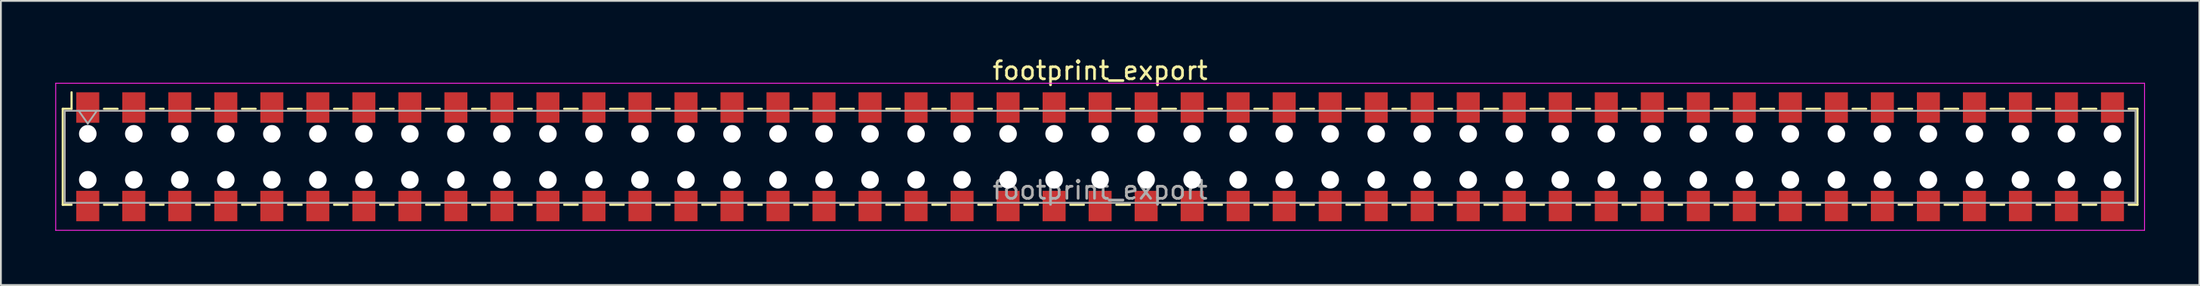
<source format=kicad_pcb>
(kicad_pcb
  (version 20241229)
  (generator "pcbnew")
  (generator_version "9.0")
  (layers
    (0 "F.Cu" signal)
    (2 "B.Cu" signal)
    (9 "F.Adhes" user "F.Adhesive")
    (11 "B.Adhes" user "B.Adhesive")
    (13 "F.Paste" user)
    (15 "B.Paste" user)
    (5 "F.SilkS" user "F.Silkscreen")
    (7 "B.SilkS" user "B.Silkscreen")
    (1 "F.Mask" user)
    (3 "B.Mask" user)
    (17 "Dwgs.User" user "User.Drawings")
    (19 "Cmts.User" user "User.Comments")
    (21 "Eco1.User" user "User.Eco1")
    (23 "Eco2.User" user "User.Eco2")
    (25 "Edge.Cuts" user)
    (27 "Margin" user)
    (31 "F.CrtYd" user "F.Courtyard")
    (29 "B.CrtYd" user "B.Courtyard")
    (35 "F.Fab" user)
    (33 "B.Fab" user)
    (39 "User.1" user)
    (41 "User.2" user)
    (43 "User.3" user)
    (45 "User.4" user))
  (footprint "footprint_export"
    (layer "F.Cu")
    (at 57.675 5.608)
    (property "Reference" "footprint_export" (at 0 -4.76 0) (layer "F.SilkS") (effects (font (size 1 1) (thickness 0.15))))
    (attr smd)
    (fp_line (start -57.26 -2.65) (end -57.26 2.65) (stroke (width 0.12) (type solid)) (layer "F.SilkS"))
    (fp_line (start -57.26 2.65) (end -56.775 2.65) (stroke (width 0.12) (type solid)) (layer "F.SilkS"))
    (fp_line (start -56.775 -3.56) (end -56.775 -2.65) (stroke (width 0.12) (type solid)) (layer "F.SilkS"))
    (fp_line (start -56.775 -2.65) (end -57.26 -2.65) (stroke (width 0.12) (type solid)) (layer "F.SilkS"))
    (fp_line (start -54.985 -2.65) (end -54.235 -2.65) (stroke (width 0.12) (type solid)) (layer "F.SilkS"))
    (fp_line (start -54.985 2.65) (end -54.235 2.65) (stroke (width 0.12) (type solid)) (layer "F.SilkS"))
    (fp_line (start -52.445 -2.65) (end -51.695 -2.65) (stroke (width 0.12) (type solid)) (layer "F.SilkS"))
    (fp_line (start -52.445 2.65) (end -51.695 2.65) (stroke (width 0.12) (type solid)) (layer "F.SilkS"))
    (fp_line (start -49.905 -2.65) (end -49.155 -2.65) (stroke (width 0.12) (type solid)) (layer "F.SilkS"))
    (fp_line (start -49.905 2.65) (end -49.155 2.65) (stroke (width 0.12) (type solid)) (layer "F.SilkS"))
    (fp_line (start -47.365 -2.65) (end -46.615 -2.65) (stroke (width 0.12) (type solid)) (layer "F.SilkS"))
    (fp_line (start -47.365 2.65) (end -46.615 2.65) (stroke (width 0.12) (type solid)) (layer "F.SilkS"))
    (fp_line (start -44.825 -2.65) (end -44.075 -2.65) (stroke (width 0.12) (type solid)) (layer "F.SilkS"))
    (fp_line (start -44.825 2.65) (end -44.075 2.65) (stroke (width 0.12) (type solid)) (layer "F.SilkS"))
    (fp_line (start -42.285 -2.65) (end -41.535 -2.65) (stroke (width 0.12) (type solid)) (layer "F.SilkS"))
    (fp_line (start -42.285 2.65) (end -41.535 2.65) (stroke (width 0.12) (type solid)) (layer "F.SilkS"))
    (fp_line (start -39.745 -2.65) (end -38.995 -2.65) (stroke (width 0.12) (type solid)) (layer "F.SilkS"))
    (fp_line (start -39.745 2.65) (end -38.995 2.65) (stroke (width 0.12) (type solid)) (layer "F.SilkS"))
    (fp_line (start -37.205 -2.65) (end -36.455 -2.65) (stroke (width 0.12) (type solid)) (layer "F.SilkS"))
    (fp_line (start -37.205 2.65) (end -36.455 2.65) (stroke (width 0.12) (type solid)) (layer "F.SilkS"))
    (fp_line (start -34.665 -2.65) (end -33.915 -2.65) (stroke (width 0.12) (type solid)) (layer "F.SilkS"))
    (fp_line (start -34.665 2.65) (end -33.915 2.65) (stroke (width 0.12) (type solid)) (layer "F.SilkS"))
    (fp_line (start -32.125 -2.65) (end -31.375 -2.65) (stroke (width 0.12) (type solid)) (layer "F.SilkS"))
    (fp_line (start -32.125 2.65) (end -31.375 2.65) (stroke (width 0.12) (type solid)) (layer "F.SilkS"))
    (fp_line (start -29.585 -2.65) (end -28.835 -2.65) (stroke (width 0.12) (type solid)) (layer "F.SilkS"))
    (fp_line (start -29.585 2.65) (end -28.835 2.65) (stroke (width 0.12) (type solid)) (layer "F.SilkS"))
    (fp_line (start -27.045 -2.65) (end -26.295 -2.65) (stroke (width 0.12) (type solid)) (layer "F.SilkS"))
    (fp_line (start -27.045 2.65) (end -26.295 2.65) (stroke (width 0.12) (type solid)) (layer "F.SilkS"))
    (fp_line (start -24.505 -2.65) (end -23.755 -2.65) (stroke (width 0.12) (type solid)) (layer "F.SilkS"))
    (fp_line (start -24.505 2.65) (end -23.755 2.65) (stroke (width 0.12) (type solid)) (layer "F.SilkS"))
    (fp_line (start -21.965 -2.65) (end -21.215 -2.65) (stroke (width 0.12) (type solid)) (layer "F.SilkS"))
    (fp_line (start -21.965 2.65) (end -21.215 2.65) (stroke (width 0.12) (type solid)) (layer "F.SilkS"))
    (fp_line (start -19.425 -2.65) (end -18.675 -2.65) (stroke (width 0.12) (type solid)) (layer "F.SilkS"))
    (fp_line (start -19.425 2.65) (end -18.675 2.65) (stroke (width 0.12) (type solid)) (layer "F.SilkS"))
    (fp_line (start -16.885 -2.65) (end -16.135 -2.65) (stroke (width 0.12) (type solid)) (layer "F.SilkS"))
    (fp_line (start -16.885 2.65) (end -16.135 2.65) (stroke (width 0.12) (type solid)) (layer "F.SilkS"))
    (fp_line (start -14.345 -2.65) (end -13.595 -2.65) (stroke (width 0.12) (type solid)) (layer "F.SilkS"))
    (fp_line (start -14.345 2.65) (end -13.595 2.65) (stroke (width 0.12) (type solid)) (layer "F.SilkS"))
    (fp_line (start -11.805 -2.65) (end -11.055 -2.65) (stroke (width 0.12) (type solid)) (layer "F.SilkS"))
    (fp_line (start -11.805 2.65) (end -11.055 2.65) (stroke (width 0.12) (type solid)) (layer "F.SilkS"))
    (fp_line (start -9.265 -2.65) (end -8.515 -2.65) (stroke (width 0.12) (type solid)) (layer "F.SilkS"))
    (fp_line (start -9.265 2.65) (end -8.515 2.65) (stroke (width 0.12) (type solid)) (layer "F.SilkS"))
    (fp_line (start -6.725 -2.65) (end -5.975 -2.65) (stroke (width 0.12) (type solid)) (layer "F.SilkS"))
    (fp_line (start -6.725 2.65) (end -5.975 2.65) (stroke (width 0.12) (type solid)) (layer "F.SilkS"))
    (fp_line (start -4.185 -2.65) (end -3.435 -2.65) (stroke (width 0.12) (type solid)) (layer "F.SilkS"))
    (fp_line (start -4.185 2.65) (end -3.435 2.65) (stroke (width 0.12) (type solid)) (layer "F.SilkS"))
    (fp_line (start -1.645 -2.65) (end -0.895 -2.65) (stroke (width 0.12) (type solid)) (layer "F.SilkS"))
    (fp_line (start -1.645 2.65) (end -0.895 2.65) (stroke (width 0.12) (type solid)) (layer "F.SilkS"))
    (fp_line (start 0.895 -2.65) (end 1.645 -2.65) (stroke (width 0.12) (type solid)) (layer "F.SilkS"))
    (fp_line (start 0.895 2.65) (end 1.645 2.65) (stroke (width 0.12) (type solid)) (layer "F.SilkS"))
    (fp_line (start 3.435 -2.65) (end 4.185 -2.65) (stroke (width 0.12) (type solid)) (layer "F.SilkS"))
    (fp_line (start 3.435 2.65) (end 4.185 2.65) (stroke (width 0.12) (type solid)) (layer "F.SilkS"))
    (fp_line (start 5.975 -2.65) (end 6.725 -2.65) (stroke (width 0.12) (type solid)) (layer "F.SilkS"))
    (fp_line (start 5.975 2.65) (end 6.725 2.65) (stroke (width 0.12) (type solid)) (layer "F.SilkS"))
    (fp_line (start 8.515 -2.65) (end 9.265 -2.65) (stroke (width 0.12) (type solid)) (layer "F.SilkS"))
    (fp_line (start 8.515 2.65) (end 9.265 2.65) (stroke (width 0.12) (type solid)) (layer "F.SilkS"))
    (fp_line (start 11.055 -2.65) (end 11.805 -2.65) (stroke (width 0.12) (type solid)) (layer "F.SilkS"))
    (fp_line (start 11.055 2.65) (end 11.805 2.65) (stroke (width 0.12) (type solid)) (layer "F.SilkS"))
    (fp_line (start 13.595 -2.65) (end 14.345 -2.65) (stroke (width 0.12) (type solid)) (layer "F.SilkS"))
    (fp_line (start 13.595 2.65) (end 14.345 2.65) (stroke (width 0.12) (type solid)) (layer "F.SilkS"))
    (fp_line (start 16.135 -2.65) (end 16.885 -2.65) (stroke (width 0.12) (type solid)) (layer "F.SilkS"))
    (fp_line (start 16.135 2.65) (end 16.885 2.65) (stroke (width 0.12) (type solid)) (layer "F.SilkS"))
    (fp_line (start 18.675 -2.65) (end 19.425 -2.65) (stroke (width 0.12) (type solid)) (layer "F.SilkS"))
    (fp_line (start 18.675 2.65) (end 19.425 2.65) (stroke (width 0.12) (type solid)) (layer "F.SilkS"))
    (fp_line (start 21.215 -2.65) (end 21.965 -2.65) (stroke (width 0.12) (type solid)) (layer "F.SilkS"))
    (fp_line (start 21.215 2.65) (end 21.965 2.65) (stroke (width 0.12) (type solid)) (layer "F.SilkS"))
    (fp_line (start 23.755 -2.65) (end 24.505 -2.65) (stroke (width 0.12) (type solid)) (layer "F.SilkS"))
    (fp_line (start 23.755 2.65) (end 24.505 2.65) (stroke (width 0.12) (type solid)) (layer "F.SilkS"))
    (fp_line (start 26.295 -2.65) (end 27.045 -2.65) (stroke (width 0.12) (type solid)) (layer "F.SilkS"))
    (fp_line (start 26.295 2.65) (end 27.045 2.65) (stroke (width 0.12) (type solid)) (layer "F.SilkS"))
    (fp_line (start 28.835 -2.65) (end 29.585 -2.65) (stroke (width 0.12) (type solid)) (layer "F.SilkS"))
    (fp_line (start 28.835 2.65) (end 29.585 2.65) (stroke (width 0.12) (type solid)) (layer "F.SilkS"))
    (fp_line (start 31.375 -2.65) (end 32.125 -2.65) (stroke (width 0.12) (type solid)) (layer "F.SilkS"))
    (fp_line (start 31.375 2.65) (end 32.125 2.65) (stroke (width 0.12) (type solid)) (layer "F.SilkS"))
    (fp_line (start 33.915 -2.65) (end 34.665 -2.65) (stroke (width 0.12) (type solid)) (layer "F.SilkS"))
    (fp_line (start 33.915 2.65) (end 34.665 2.65) (stroke (width 0.12) (type solid)) (layer "F.SilkS"))
    (fp_line (start 36.455 -2.65) (end 37.205 -2.65) (stroke (width 0.12) (type solid)) (layer "F.SilkS"))
    (fp_line (start 36.455 2.65) (end 37.205 2.65) (stroke (width 0.12) (type solid)) (layer "F.SilkS"))
    (fp_line (start 38.995 -2.65) (end 39.745 -2.65) (stroke (width 0.12) (type solid)) (layer "F.SilkS"))
    (fp_line (start 38.995 2.65) (end 39.745 2.65) (stroke (width 0.12) (type solid)) (layer "F.SilkS"))
    (fp_line (start 41.535 -2.65) (end 42.285 -2.65) (stroke (width 0.12) (type solid)) (layer "F.SilkS"))
    (fp_line (start 41.535 2.65) (end 42.285 2.65) (stroke (width 0.12) (type solid)) (layer "F.SilkS"))
    (fp_line (start 44.075 -2.65) (end 44.825 -2.65) (stroke (width 0.12) (type solid)) (layer "F.SilkS"))
    (fp_line (start 44.075 2.65) (end 44.825 2.65) (stroke (width 0.12) (type solid)) (layer "F.SilkS"))
    (fp_line (start 46.615 -2.65) (end 47.365 -2.65) (stroke (width 0.12) (type solid)) (layer "F.SilkS"))
    (fp_line (start 46.615 2.65) (end 47.365 2.65) (stroke (width 0.12) (type solid)) (layer "F.SilkS"))
    (fp_line (start 49.155 -2.65) (end 49.905 -2.65) (stroke (width 0.12) (type solid)) (layer "F.SilkS"))
    (fp_line (start 49.155 2.65) (end 49.905 2.65) (stroke (width 0.12) (type solid)) (layer "F.SilkS"))
    (fp_line (start 51.695 -2.65) (end 52.445 -2.65) (stroke (width 0.12) (type solid)) (layer "F.SilkS"))
    (fp_line (start 51.695 2.65) (end 52.445 2.65) (stroke (width 0.12) (type solid)) (layer "F.SilkS"))
    (fp_line (start 54.235 -2.65) (end 54.985 -2.65) (stroke (width 0.12) (type solid)) (layer "F.SilkS"))
    (fp_line (start 54.235 2.65) (end 54.985 2.65) (stroke (width 0.12) (type solid)) (layer "F.SilkS"))
    (fp_line (start 56.775 -2.65) (end 57.26 -2.65) (stroke (width 0.12) (type solid)) (layer "F.SilkS"))
    (fp_line (start 57.26 -2.65) (end 57.26 2.65) (stroke (width 0.12) (type solid)) (layer "F.SilkS"))
    (fp_line (start 57.26 2.65) (end 56.775 2.65) (stroke (width 0.12) (type solid)) (layer "F.SilkS"))
    (fp_line (start -57.65 -4.06) (end 57.65 -4.06) (stroke (width 0.05) (type solid)) (layer "F.CrtYd"))
    (fp_line (start -57.65 4.06) (end -57.65 -4.06) (stroke (width 0.05) (type solid)) (layer "F.CrtYd"))
    (fp_line (start 57.65 -4.06) (end 57.65 4.06) (stroke (width 0.05) (type solid)) (layer "F.CrtYd"))
    (fp_line (start 57.65 4.06) (end -57.65 4.06) (stroke (width 0.05) (type solid)) (layer "F.CrtYd"))
    (fp_line (start -57.15 -2.54) (end 57.15 -2.54) (stroke (width 0.1) (type solid)) (layer "F.Fab"))
    (fp_line (start -57.15 2.54) (end -57.15 -2.54) (stroke (width 0.1) (type solid)) (layer "F.Fab"))
    (fp_line (start -56.38 -2.54) (end -55.88 -1.833) (stroke (width 0.1) (type solid)) (layer "F.Fab"))
    (fp_line (start -55.88 -1.833) (end -55.38 -2.54) (stroke (width 0.1) (type solid)) (layer "F.Fab"))
    (fp_line (start 57.15 -2.54) (end 57.15 2.54) (stroke (width 0.1) (type solid)) (layer "F.Fab"))
    (fp_line (start 57.15 2.54) (end -57.15 2.54) (stroke (width 0.1) (type solid)) (layer "F.Fab"))
    (fp_text user "${REFERENCE}" (at 0 1.84 0) (layer "F.Fab") (effects (font (size 1 1) (thickness 0.15))))
    (pad "" np_thru_hole circle (at -55.88 -1.27) (size 0.97 0.97) (drill 0.97) (layers "*.Cu" "*.Mask"))
    (pad "" np_thru_hole circle (at -55.88 1.27) (size 0.97 0.97) (drill 0.97) (layers "*.Cu" "*.Mask"))
    (pad "" np_thru_hole circle (at -53.34 -1.27) (size 0.97 0.97) (drill 0.97) (layers "*.Cu" "*.Mask"))
    (pad "" np_thru_hole circle (at -53.34 1.27) (size 0.97 0.97) (drill 0.97) (layers "*.Cu" "*.Mask"))
    (pad "" np_thru_hole circle (at -50.8 -1.27) (size 0.97 0.97) (drill 0.97) (layers "*.Cu" "*.Mask"))
    (pad "" np_thru_hole circle (at -50.8 1.27) (size 0.97 0.97) (drill 0.97) (layers "*.Cu" "*.Mask"))
    (pad "" np_thru_hole circle (at -48.26 -1.27) (size 0.97 0.97) (drill 0.97) (layers "*.Cu" "*.Mask"))
    (pad "" np_thru_hole circle (at -48.26 1.27) (size 0.97 0.97) (drill 0.97) (layers "*.Cu" "*.Mask"))
    (pad "" np_thru_hole circle (at -45.72 -1.27) (size 0.97 0.97) (drill 0.97) (layers "*.Cu" "*.Mask"))
    (pad "" np_thru_hole circle (at -45.72 1.27) (size 0.97 0.97) (drill 0.97) (layers "*.Cu" "*.Mask"))
    (pad "" np_thru_hole circle (at -43.18 -1.27) (size 0.97 0.97) (drill 0.97) (layers "*.Cu" "*.Mask"))
    (pad "" np_thru_hole circle (at -43.18 1.27) (size 0.97 0.97) (drill 0.97) (layers "*.Cu" "*.Mask"))
    (pad "" np_thru_hole circle (at -40.64 -1.27) (size 0.97 0.97) (drill 0.97) (layers "*.Cu" "*.Mask"))
    (pad "" np_thru_hole circle (at -40.64 1.27) (size 0.97 0.97) (drill 0.97) (layers "*.Cu" "*.Mask"))
    (pad "" np_thru_hole circle (at -38.1 -1.27) (size 0.97 0.97) (drill 0.97) (layers "*.Cu" "*.Mask"))
    (pad "" np_thru_hole circle (at -38.1 1.27) (size 0.97 0.97) (drill 0.97) (layers "*.Cu" "*.Mask"))
    (pad "" np_thru_hole circle (at -35.56 -1.27) (size 0.97 0.97) (drill 0.97) (layers "*.Cu" "*.Mask"))
    (pad "" np_thru_hole circle (at -35.56 1.27) (size 0.97 0.97) (drill 0.97) (layers "*.Cu" "*.Mask"))
    (pad "" np_thru_hole circle (at -33.02 -1.27) (size 0.97 0.97) (drill 0.97) (layers "*.Cu" "*.Mask"))
    (pad "" np_thru_hole circle (at -33.02 1.27) (size 0.97 0.97) (drill 0.97) (layers "*.Cu" "*.Mask"))
    (pad "" np_thru_hole circle (at -30.48 -1.27) (size 0.97 0.97) (drill 0.97) (layers "*.Cu" "*.Mask"))
    (pad "" np_thru_hole circle (at -30.48 1.27) (size 0.97 0.97) (drill 0.97) (layers "*.Cu" "*.Mask"))
    (pad "" np_thru_hole circle (at -27.94 -1.27) (size 0.97 0.97) (drill 0.97) (layers "*.Cu" "*.Mask"))
    (pad "" np_thru_hole circle (at -27.94 1.27) (size 0.97 0.97) (drill 0.97) (layers "*.Cu" "*.Mask"))
    (pad "" np_thru_hole circle (at -25.4 -1.27) (size 0.97 0.97) (drill 0.97) (layers "*.Cu" "*.Mask"))
    (pad "" np_thru_hole circle (at -25.4 1.27) (size 0.97 0.97) (drill 0.97) (layers "*.Cu" "*.Mask"))
    (pad "" np_thru_hole circle (at -22.86 -1.27) (size 0.97 0.97) (drill 0.97) (layers "*.Cu" "*.Mask"))
    (pad "" np_thru_hole circle (at -22.86 1.27) (size 0.97 0.97) (drill 0.97) (layers "*.Cu" "*.Mask"))
    (pad "" np_thru_hole circle (at -20.32 -1.27) (size 0.97 0.97) (drill 0.97) (layers "*.Cu" "*.Mask"))
    (pad "" np_thru_hole circle (at -20.32 1.27) (size 0.97 0.97) (drill 0.97) (layers "*.Cu" "*.Mask"))
    (pad "" np_thru_hole circle (at -17.78 -1.27) (size 0.97 0.97) (drill 0.97) (layers "*.Cu" "*.Mask"))
    (pad "" np_thru_hole circle (at -17.78 1.27) (size 0.97 0.97) (drill 0.97) (layers "*.Cu" "*.Mask"))
    (pad "" np_thru_hole circle (at -15.24 -1.27) (size 0.97 0.97) (drill 0.97) (layers "*.Cu" "*.Mask"))
    (pad "" np_thru_hole circle (at -15.24 1.27) (size 0.97 0.97) (drill 0.97) (layers "*.Cu" "*.Mask"))
    (pad "" np_thru_hole circle (at -12.7 -1.27) (size 0.97 0.97) (drill 0.97) (layers "*.Cu" "*.Mask"))
    (pad "" np_thru_hole circle (at -12.7 1.27) (size 0.97 0.97) (drill 0.97) (layers "*.Cu" "*.Mask"))
    (pad "" np_thru_hole circle (at -10.16 -1.27) (size 0.97 0.97) (drill 0.97) (layers "*.Cu" "*.Mask"))
    (pad "" np_thru_hole circle (at -10.16 1.27) (size 0.97 0.97) (drill 0.97) (layers "*.Cu" "*.Mask"))
    (pad "" np_thru_hole circle (at -7.62 -1.27) (size 0.97 0.97) (drill 0.97) (layers "*.Cu" "*.Mask"))
    (pad "" np_thru_hole circle (at -7.62 1.27) (size 0.97 0.97) (drill 0.97) (layers "*.Cu" "*.Mask"))
    (pad "" np_thru_hole circle (at -5.08 -1.27) (size 0.97 0.97) (drill 0.97) (layers "*.Cu" "*.Mask"))
    (pad "" np_thru_hole circle (at -5.08 1.27) (size 0.97 0.97) (drill 0.97) (layers "*.Cu" "*.Mask"))
    (pad "" np_thru_hole circle (at -2.54 -1.27) (size 0.97 0.97) (drill 0.97) (layers "*.Cu" "*.Mask"))
    (pad "" np_thru_hole circle (at -2.54 1.27) (size 0.97 0.97) (drill 0.97) (layers "*.Cu" "*.Mask"))
    (pad "" np_thru_hole circle (at 0 -1.27) (size 0.97 0.97) (drill 0.97) (layers "*.Cu" "*.Mask"))
    (pad "" np_thru_hole circle (at 0 1.27) (size 0.97 0.97) (drill 0.97) (layers "*.Cu" "*.Mask"))
    (pad "" np_thru_hole circle (at 2.54 -1.27) (size 0.97 0.97) (drill 0.97) (layers "*.Cu" "*.Mask"))
    (pad "" np_thru_hole circle (at 2.54 1.27) (size 0.97 0.97) (drill 0.97) (layers "*.Cu" "*.Mask"))
    (pad "" np_thru_hole circle (at 5.08 -1.27) (size 0.97 0.97) (drill 0.97) (layers "*.Cu" "*.Mask"))
    (pad "" np_thru_hole circle (at 5.08 1.27) (size 0.97 0.97) (drill 0.97) (layers "*.Cu" "*.Mask"))
    (pad "" np_thru_hole circle (at 7.62 -1.27) (size 0.97 0.97) (drill 0.97) (layers "*.Cu" "*.Mask"))
    (pad "" np_thru_hole circle (at 7.62 1.27) (size 0.97 0.97) (drill 0.97) (layers "*.Cu" "*.Mask"))
    (pad "" np_thru_hole circle (at 10.16 -1.27) (size 0.97 0.97) (drill 0.97) (layers "*.Cu" "*.Mask"))
    (pad "" np_thru_hole circle (at 10.16 1.27) (size 0.97 0.97) (drill 0.97) (layers "*.Cu" "*.Mask"))
    (pad "" np_thru_hole circle (at 12.7 -1.27) (size 0.97 0.97) (drill 0.97) (layers "*.Cu" "*.Mask"))
    (pad "" np_thru_hole circle (at 12.7 1.27) (size 0.97 0.97) (drill 0.97) (layers "*.Cu" "*.Mask"))
    (pad "" np_thru_hole circle (at 15.24 -1.27) (size 0.97 0.97) (drill 0.97) (layers "*.Cu" "*.Mask"))
    (pad "" np_thru_hole circle (at 15.24 1.27) (size 0.97 0.97) (drill 0.97) (layers "*.Cu" "*.Mask"))
    (pad "" np_thru_hole circle (at 17.78 -1.27) (size 0.97 0.97) (drill 0.97) (layers "*.Cu" "*.Mask"))
    (pad "" np_thru_hole circle (at 17.78 1.27) (size 0.97 0.97) (drill 0.97) (layers "*.Cu" "*.Mask"))
    (pad "" np_thru_hole circle (at 20.32 -1.27) (size 0.97 0.97) (drill 0.97) (layers "*.Cu" "*.Mask"))
    (pad "" np_thru_hole circle (at 20.32 1.27) (size 0.97 0.97) (drill 0.97) (layers "*.Cu" "*.Mask"))
    (pad "" np_thru_hole circle (at 22.86 -1.27) (size 0.97 0.97) (drill 0.97) (layers "*.Cu" "*.Mask"))
    (pad "" np_thru_hole circle (at 22.86 1.27) (size 0.97 0.97) (drill 0.97) (layers "*.Cu" "*.Mask"))
    (pad "" np_thru_hole circle (at 25.4 -1.27) (size 0.97 0.97) (drill 0.97) (layers "*.Cu" "*.Mask"))
    (pad "" np_thru_hole circle (at 25.4 1.27) (size 0.97 0.97) (drill 0.97) (layers "*.Cu" "*.Mask"))
    (pad "" np_thru_hole circle (at 27.94 -1.27) (size 0.97 0.97) (drill 0.97) (layers "*.Cu" "*.Mask"))
    (pad "" np_thru_hole circle (at 27.94 1.27) (size 0.97 0.97) (drill 0.97) (layers "*.Cu" "*.Mask"))
    (pad "" np_thru_hole circle (at 30.48 -1.27) (size 0.97 0.97) (drill 0.97) (layers "*.Cu" "*.Mask"))
    (pad "" np_thru_hole circle (at 30.48 1.27) (size 0.97 0.97) (drill 0.97) (layers "*.Cu" "*.Mask"))
    (pad "" np_thru_hole circle (at 33.02 -1.27) (size 0.97 0.97) (drill 0.97) (layers "*.Cu" "*.Mask"))
    (pad "" np_thru_hole circle (at 33.02 1.27) (size 0.97 0.97) (drill 0.97) (layers "*.Cu" "*.Mask"))
    (pad "" np_thru_hole circle (at 35.56 -1.27) (size 0.97 0.97) (drill 0.97) (layers "*.Cu" "*.Mask"))
    (pad "" np_thru_hole circle (at 35.56 1.27) (size 0.97 0.97) (drill 0.97) (layers "*.Cu" "*.Mask"))
    (pad "" np_thru_hole circle (at 38.1 -1.27) (size 0.97 0.97) (drill 0.97) (layers "*.Cu" "*.Mask"))
    (pad "" np_thru_hole circle (at 38.1 1.27) (size 0.97 0.97) (drill 0.97) (layers "*.Cu" "*.Mask"))
    (pad "" np_thru_hole circle (at 40.64 -1.27) (size 0.97 0.97) (drill 0.97) (layers "*.Cu" "*.Mask"))
    (pad "" np_thru_hole circle (at 40.64 1.27) (size 0.97 0.97) (drill 0.97) (layers "*.Cu" "*.Mask"))
    (pad "" np_thru_hole circle (at 43.18 -1.27) (size 0.97 0.97) (drill 0.97) (layers "*.Cu" "*.Mask"))
    (pad "" np_thru_hole circle (at 43.18 1.27) (size 0.97 0.97) (drill 0.97) (layers "*.Cu" "*.Mask"))
    (pad "" np_thru_hole circle (at 45.72 -1.27) (size 0.97 0.97) (drill 0.97) (layers "*.Cu" "*.Mask"))
    (pad "" np_thru_hole circle (at 45.72 1.27) (size 0.97 0.97) (drill 0.97) (layers "*.Cu" "*.Mask"))
    (pad "" np_thru_hole circle (at 48.26 -1.27) (size 0.97 0.97) (drill 0.97) (layers "*.Cu" "*.Mask"))
    (pad "" np_thru_hole circle (at 48.26 1.27) (size 0.97 0.97) (drill 0.97) (layers "*.Cu" "*.Mask"))
    (pad "" np_thru_hole circle (at 50.8 -1.27) (size 0.97 0.97) (drill 0.97) (layers "*.Cu" "*.Mask"))
    (pad "" np_thru_hole circle (at 50.8 1.27) (size 0.97 0.97) (drill 0.97) (layers "*.Cu" "*.Mask"))
    (pad "" np_thru_hole circle (at 53.34 -1.27) (size 0.97 0.97) (drill 0.97) (layers "*.Cu" "*.Mask"))
    (pad "" np_thru_hole circle (at 53.34 1.27) (size 0.97 0.97) (drill 0.97) (layers "*.Cu" "*.Mask"))
    (pad "" np_thru_hole circle (at 55.88 -1.27) (size 0.97 0.97) (drill 0.97) (layers "*.Cu" "*.Mask"))
    (pad "" np_thru_hole circle (at 55.88 1.27) (size 0.97 0.97) (drill 0.97) (layers "*.Cu" "*.Mask"))
    (pad "1" smd rect (at -55.88 -2.72) (size 1.27 1.68) (layers "F.Cu" "F.Mask" "F.Paste"))
    (pad "2" smd rect (at -55.88 2.72) (size 1.27 1.68) (layers "F.Cu" "F.Mask" "F.Paste"))
    (pad "3" smd rect (at -53.34 -2.72) (size 1.27 1.68) (layers "F.Cu" "F.Mask" "F.Paste"))
    (pad "4" smd rect (at -53.34 2.72) (size 1.27 1.68) (layers "F.Cu" "F.Mask" "F.Paste"))
    (pad "5" smd rect (at -50.8 -2.72) (size 1.27 1.68) (layers "F.Cu" "F.Mask" "F.Paste"))
    (pad "6" smd rect (at -50.8 2.72) (size 1.27 1.68) (layers "F.Cu" "F.Mask" "F.Paste"))
    (pad "7" smd rect (at -48.26 -2.72) (size 1.27 1.68) (layers "F.Cu" "F.Mask" "F.Paste"))
    (pad "8" smd rect (at -48.26 2.72) (size 1.27 1.68) (layers "F.Cu" "F.Mask" "F.Paste"))
    (pad "9" smd rect (at -45.72 -2.72) (size 1.27 1.68) (layers "F.Cu" "F.Mask" "F.Paste"))
    (pad "10" smd rect (at -45.72 2.72) (size 1.27 1.68) (layers "F.Cu" "F.Mask" "F.Paste"))
    (pad "11" smd rect (at -43.18 -2.72) (size 1.27 1.68) (layers "F.Cu" "F.Mask" "F.Paste"))
    (pad "12" smd rect (at -43.18 2.72) (size 1.27 1.68) (layers "F.Cu" "F.Mask" "F.Paste"))
    (pad "13" smd rect (at -40.64 -2.72) (size 1.27 1.68) (layers "F.Cu" "F.Mask" "F.Paste"))
    (pad "14" smd rect (at -40.64 2.72) (size 1.27 1.68) (layers "F.Cu" "F.Mask" "F.Paste"))
    (pad "15" smd rect (at -38.1 -2.72) (size 1.27 1.68) (layers "F.Cu" "F.Mask" "F.Paste"))
    (pad "16" smd rect (at -38.1 2.72) (size 1.27 1.68) (layers "F.Cu" "F.Mask" "F.Paste"))
    (pad "17" smd rect (at -35.56 -2.72) (size 1.27 1.68) (layers "F.Cu" "F.Mask" "F.Paste"))
    (pad "18" smd rect (at -35.56 2.72) (size 1.27 1.68) (layers "F.Cu" "F.Mask" "F.Paste"))
    (pad "19" smd rect (at -33.02 -2.72) (size 1.27 1.68) (layers "F.Cu" "F.Mask" "F.Paste"))
    (pad "20" smd rect (at -33.02 2.72) (size 1.27 1.68) (layers "F.Cu" "F.Mask" "F.Paste"))
    (pad "21" smd rect (at -30.48 -2.72) (size 1.27 1.68) (layers "F.Cu" "F.Mask" "F.Paste"))
    (pad "22" smd rect (at -30.48 2.72) (size 1.27 1.68) (layers "F.Cu" "F.Mask" "F.Paste"))
    (pad "23" smd rect (at -27.94 -2.72) (size 1.27 1.68) (layers "F.Cu" "F.Mask" "F.Paste"))
    (pad "24" smd rect (at -27.94 2.72) (size 1.27 1.68) (layers "F.Cu" "F.Mask" "F.Paste"))
    (pad "25" smd rect (at -25.4 -2.72) (size 1.27 1.68) (layers "F.Cu" "F.Mask" "F.Paste"))
    (pad "26" smd rect (at -25.4 2.72) (size 1.27 1.68) (layers "F.Cu" "F.Mask" "F.Paste"))
    (pad "27" smd rect (at -22.86 -2.72) (size 1.27 1.68) (layers "F.Cu" "F.Mask" "F.Paste"))
    (pad "28" smd rect (at -22.86 2.72) (size 1.27 1.68) (layers "F.Cu" "F.Mask" "F.Paste"))
    (pad "29" smd rect (at -20.32 -2.72) (size 1.27 1.68) (layers "F.Cu" "F.Mask" "F.Paste"))
    (pad "30" smd rect (at -20.32 2.72) (size 1.27 1.68) (layers "F.Cu" "F.Mask" "F.Paste"))
    (pad "31" smd rect (at -17.78 -2.72) (size 1.27 1.68) (layers "F.Cu" "F.Mask" "F.Paste"))
    (pad "32" smd rect (at -17.78 2.72) (size 1.27 1.68) (layers "F.Cu" "F.Mask" "F.Paste"))
    (pad "33" smd rect (at -15.24 -2.72) (size 1.27 1.68) (layers "F.Cu" "F.Mask" "F.Paste"))
    (pad "34" smd rect (at -15.24 2.72) (size 1.27 1.68) (layers "F.Cu" "F.Mask" "F.Paste"))
    (pad "35" smd rect (at -12.7 -2.72) (size 1.27 1.68) (layers "F.Cu" "F.Mask" "F.Paste"))
    (pad "36" smd rect (at -12.7 2.72) (size 1.27 1.68) (layers "F.Cu" "F.Mask" "F.Paste"))
    (pad "37" smd rect (at -10.16 -2.72) (size 1.27 1.68) (layers "F.Cu" "F.Mask" "F.Paste"))
    (pad "38" smd rect (at -10.16 2.72) (size 1.27 1.68) (layers "F.Cu" "F.Mask" "F.Paste"))
    (pad "39" smd rect (at -7.62 -2.72) (size 1.27 1.68) (layers "F.Cu" "F.Mask" "F.Paste"))
    (pad "40" smd rect (at -7.62 2.72) (size 1.27 1.68) (layers "F.Cu" "F.Mask" "F.Paste"))
    (pad "41" smd rect (at -5.08 -2.72) (size 1.27 1.68) (layers "F.Cu" "F.Mask" "F.Paste"))
    (pad "42" smd rect (at -5.08 2.72) (size 1.27 1.68) (layers "F.Cu" "F.Mask" "F.Paste"))
    (pad "43" smd rect (at -2.54 -2.72) (size 1.27 1.68) (layers "F.Cu" "F.Mask" "F.Paste"))
    (pad "44" smd rect (at -2.54 2.72) (size 1.27 1.68) (layers "F.Cu" "F.Mask" "F.Paste"))
    (pad "45" smd rect (at 0 -2.72) (size 1.27 1.68) (layers "F.Cu" "F.Mask" "F.Paste"))
    (pad "46" smd rect (at 0 2.72) (size 1.27 1.68) (layers "F.Cu" "F.Mask" "F.Paste"))
    (pad "47" smd rect (at 2.54 -2.72) (size 1.27 1.68) (layers "F.Cu" "F.Mask" "F.Paste"))
    (pad "48" smd rect (at 2.54 2.72) (size 1.27 1.68) (layers "F.Cu" "F.Mask" "F.Paste"))
    (pad "49" smd rect (at 5.08 -2.72) (size 1.27 1.68) (layers "F.Cu" "F.Mask" "F.Paste"))
    (pad "50" smd rect (at 5.08 2.72) (size 1.27 1.68) (layers "F.Cu" "F.Mask" "F.Paste"))
    (pad "51" smd rect (at 7.62 -2.72) (size 1.27 1.68) (layers "F.Cu" "F.Mask" "F.Paste"))
    (pad "52" smd rect (at 7.62 2.72) (size 1.27 1.68) (layers "F.Cu" "F.Mask" "F.Paste"))
    (pad "53" smd rect (at 10.16 -2.72) (size 1.27 1.68) (layers "F.Cu" "F.Mask" "F.Paste"))
    (pad "54" smd rect (at 10.16 2.72) (size 1.27 1.68) (layers "F.Cu" "F.Mask" "F.Paste"))
    (pad "55" smd rect (at 12.7 -2.72) (size 1.27 1.68) (layers "F.Cu" "F.Mask" "F.Paste"))
    (pad "56" smd rect (at 12.7 2.72) (size 1.27 1.68) (layers "F.Cu" "F.Mask" "F.Paste"))
    (pad "57" smd rect (at 15.24 -2.72) (size 1.27 1.68) (layers "F.Cu" "F.Mask" "F.Paste"))
    (pad "58" smd rect (at 15.24 2.72) (size 1.27 1.68) (layers "F.Cu" "F.Mask" "F.Paste"))
    (pad "59" smd rect (at 17.78 -2.72) (size 1.27 1.68) (layers "F.Cu" "F.Mask" "F.Paste"))
    (pad "60" smd rect (at 17.78 2.72) (size 1.27 1.68) (layers "F.Cu" "F.Mask" "F.Paste"))
    (pad "61" smd rect (at 20.32 -2.72) (size 1.27 1.68) (layers "F.Cu" "F.Mask" "F.Paste"))
    (pad "62" smd rect (at 20.32 2.72) (size 1.27 1.68) (layers "F.Cu" "F.Mask" "F.Paste"))
    (pad "63" smd rect (at 22.86 -2.72) (size 1.27 1.68) (layers "F.Cu" "F.Mask" "F.Paste"))
    (pad "64" smd rect (at 22.86 2.72) (size 1.27 1.68) (layers "F.Cu" "F.Mask" "F.Paste"))
    (pad "65" smd rect (at 25.4 -2.72) (size 1.27 1.68) (layers "F.Cu" "F.Mask" "F.Paste"))
    (pad "66" smd rect (at 25.4 2.72) (size 1.27 1.68) (layers "F.Cu" "F.Mask" "F.Paste"))
    (pad "67" smd rect (at 27.94 -2.72) (size 1.27 1.68) (layers "F.Cu" "F.Mask" "F.Paste"))
    (pad "68" smd rect (at 27.94 2.72) (size 1.27 1.68) (layers "F.Cu" "F.Mask" "F.Paste"))
    (pad "69" smd rect (at 30.48 -2.72) (size 1.27 1.68) (layers "F.Cu" "F.Mask" "F.Paste"))
    (pad "70" smd rect (at 30.48 2.72) (size 1.27 1.68) (layers "F.Cu" "F.Mask" "F.Paste"))
    (pad "71" smd rect (at 33.02 -2.72) (size 1.27 1.68) (layers "F.Cu" "F.Mask" "F.Paste"))
    (pad "72" smd rect (at 33.02 2.72) (size 1.27 1.68) (layers "F.Cu" "F.Mask" "F.Paste"))
    (pad "73" smd rect (at 35.56 -2.72) (size 1.27 1.68) (layers "F.Cu" "F.Mask" "F.Paste"))
    (pad "74" smd rect (at 35.56 2.72) (size 1.27 1.68) (layers "F.Cu" "F.Mask" "F.Paste"))
    (pad "75" smd rect (at 38.1 -2.72) (size 1.27 1.68) (layers "F.Cu" "F.Mask" "F.Paste"))
    (pad "76" smd rect (at 38.1 2.72) (size 1.27 1.68) (layers "F.Cu" "F.Mask" "F.Paste"))
    (pad "77" smd rect (at 40.64 -2.72) (size 1.27 1.68) (layers "F.Cu" "F.Mask" "F.Paste"))
    (pad "78" smd rect (at 40.64 2.72) (size 1.27 1.68) (layers "F.Cu" "F.Mask" "F.Paste"))
    (pad "79" smd rect (at 43.18 -2.72) (size 1.27 1.68) (layers "F.Cu" "F.Mask" "F.Paste"))
    (pad "80" smd rect (at 43.18 2.72) (size 1.27 1.68) (layers "F.Cu" "F.Mask" "F.Paste"))
    (pad "81" smd rect (at 45.72 -2.72) (size 1.27 1.68) (layers "F.Cu" "F.Mask" "F.Paste"))
    (pad "82" smd rect (at 45.72 2.72) (size 1.27 1.68) (layers "F.Cu" "F.Mask" "F.Paste"))
    (pad "83" smd rect (at 48.26 -2.72) (size 1.27 1.68) (layers "F.Cu" "F.Mask" "F.Paste"))
    (pad "84" smd rect (at 48.26 2.72) (size 1.27 1.68) (layers "F.Cu" "F.Mask" "F.Paste"))
    (pad "85" smd rect (at 50.8 -2.72) (size 1.27 1.68) (layers "F.Cu" "F.Mask" "F.Paste"))
    (pad "86" smd rect (at 50.8 2.72) (size 1.27 1.68) (layers "F.Cu" "F.Mask" "F.Paste"))
    (pad "87" smd rect (at 53.34 -2.72) (size 1.27 1.68) (layers "F.Cu" "F.Mask" "F.Paste"))
    (pad "88" smd rect (at 53.34 2.72) (size 1.27 1.68) (layers "F.Cu" "F.Mask" "F.Paste"))
    (pad "89" smd rect (at 55.88 -2.72) (size 1.27 1.68) (layers "F.Cu" "F.Mask" "F.Paste"))
    (pad "90" smd rect (at 55.88 2.72) (size 1.27 1.68) (layers "F.Cu" "F.Mask" "F.Paste")))
  (gr_rect
    (start -3 -3)
    (end 118.35 12.693)
    (stroke (width 0.1) (type default))
    (fill no)
    (layer "Edge.Cuts")))
</source>
